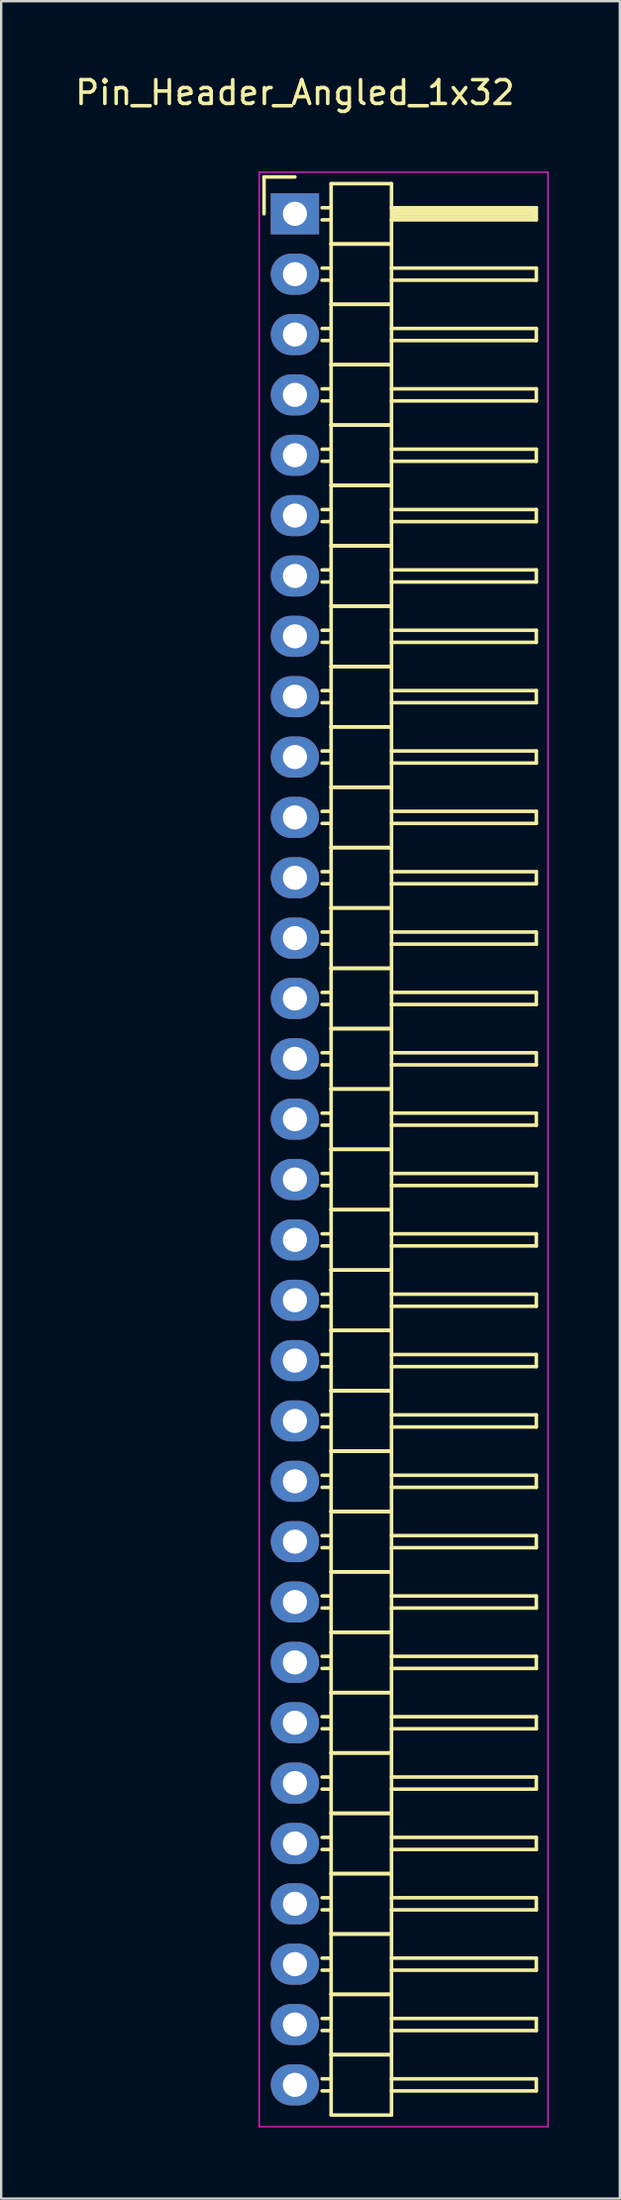
<source format=kicad_pcb>
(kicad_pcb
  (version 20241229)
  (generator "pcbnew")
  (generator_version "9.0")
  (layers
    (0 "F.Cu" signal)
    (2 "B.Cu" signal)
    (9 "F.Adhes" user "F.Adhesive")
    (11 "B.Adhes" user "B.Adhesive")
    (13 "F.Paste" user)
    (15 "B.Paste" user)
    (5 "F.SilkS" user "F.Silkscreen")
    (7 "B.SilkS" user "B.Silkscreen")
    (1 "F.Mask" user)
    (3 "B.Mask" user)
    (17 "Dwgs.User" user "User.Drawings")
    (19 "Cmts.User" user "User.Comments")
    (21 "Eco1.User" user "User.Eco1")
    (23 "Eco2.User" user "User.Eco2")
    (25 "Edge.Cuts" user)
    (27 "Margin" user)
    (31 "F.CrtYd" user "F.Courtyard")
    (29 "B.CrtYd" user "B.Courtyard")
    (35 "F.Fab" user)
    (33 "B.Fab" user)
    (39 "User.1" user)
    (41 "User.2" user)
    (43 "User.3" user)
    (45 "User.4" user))
  (footprint "Pin_Header_Angled_1x32"
    (layer "F.Cu")
    (at 9.363 5.948)
    (property "Reference" "Pin_Header_Angled_1x32" (at 0 -5.1 0) (layer "F.SilkS") (effects (font (size 1 1) (thickness 0.15))))
    (attr through_hole)
    (fp_line (start -1.3 -1.55) (end -1.3 0) (stroke (width 0.15) (type solid)) (layer "F.SilkS"))
    (fp_line (start 0 -1.55) (end -1.3 -1.55) (stroke (width 0.15) (type solid)) (layer "F.SilkS"))
    (fp_line (start 1.524 -1.27) (end 1.524 1.27) (stroke (width 0.15) (type solid)) (layer "F.SilkS"))
    (fp_line (start 1.524 -1.27) (end 4.064 -1.27) (stroke (width 0.15) (type solid)) (layer "F.SilkS"))
    (fp_line (start 1.524 -0.254) (end 1.143 -0.254) (stroke (width 0.15) (type solid)) (layer "F.SilkS"))
    (fp_line (start 1.524 0.254) (end 1.143 0.254) (stroke (width 0.15) (type solid)) (layer "F.SilkS"))
    (fp_line (start 1.524 1.27) (end 1.524 3.81) (stroke (width 0.15) (type solid)) (layer "F.SilkS"))
    (fp_line (start 1.524 1.27) (end 4.064 1.27) (stroke (width 0.15) (type solid)) (layer "F.SilkS"))
    (fp_line (start 1.524 1.27) (end 4.064 1.27) (stroke (width 0.15) (type solid)) (layer "F.SilkS"))
    (fp_line (start 1.524 2.286) (end 1.143 2.286) (stroke (width 0.15) (type solid)) (layer "F.SilkS"))
    (fp_line (start 1.524 2.794) (end 1.143 2.794) (stroke (width 0.15) (type solid)) (layer "F.SilkS"))
    (fp_line (start 1.524 3.81) (end 1.524 6.35) (stroke (width 0.15) (type solid)) (layer "F.SilkS"))
    (fp_line (start 1.524 3.81) (end 4.064 3.81) (stroke (width 0.15) (type solid)) (layer "F.SilkS"))
    (fp_line (start 1.524 3.81) (end 4.064 3.81) (stroke (width 0.15) (type solid)) (layer "F.SilkS"))
    (fp_line (start 1.524 4.826) (end 1.143 4.826) (stroke (width 0.15) (type solid)) (layer "F.SilkS"))
    (fp_line (start 1.524 5.334) (end 1.143 5.334) (stroke (width 0.15) (type solid)) (layer "F.SilkS"))
    (fp_line (start 1.524 6.35) (end 1.524 8.89) (stroke (width 0.15) (type solid)) (layer "F.SilkS"))
    (fp_line (start 1.524 6.35) (end 4.064 6.35) (stroke (width 0.15) (type solid)) (layer "F.SilkS"))
    (fp_line (start 1.524 6.35) (end 4.064 6.35) (stroke (width 0.15) (type solid)) (layer "F.SilkS"))
    (fp_line (start 1.524 7.366) (end 1.143 7.366) (stroke (width 0.15) (type solid)) (layer "F.SilkS"))
    (fp_line (start 1.524 7.874) (end 1.143 7.874) (stroke (width 0.15) (type solid)) (layer "F.SilkS"))
    (fp_line (start 1.524 8.89) (end 1.524 11.43) (stroke (width 0.15) (type solid)) (layer "F.SilkS"))
    (fp_line (start 1.524 8.89) (end 4.064 8.89) (stroke (width 0.15) (type solid)) (layer "F.SilkS"))
    (fp_line (start 1.524 8.89) (end 4.064 8.89) (stroke (width 0.15) (type solid)) (layer "F.SilkS"))
    (fp_line (start 1.524 9.906) (end 1.143 9.906) (stroke (width 0.15) (type solid)) (layer "F.SilkS"))
    (fp_line (start 1.524 10.414) (end 1.143 10.414) (stroke (width 0.15) (type solid)) (layer "F.SilkS"))
    (fp_line (start 1.524 11.43) (end 1.524 13.97) (stroke (width 0.15) (type solid)) (layer "F.SilkS"))
    (fp_line (start 1.524 11.43) (end 4.064 11.43) (stroke (width 0.15) (type solid)) (layer "F.SilkS"))
    (fp_line (start 1.524 11.43) (end 4.064 11.43) (stroke (width 0.15) (type solid)) (layer "F.SilkS"))
    (fp_line (start 1.524 12.446) (end 1.143 12.446) (stroke (width 0.15) (type solid)) (layer "F.SilkS"))
    (fp_line (start 1.524 12.954) (end 1.143 12.954) (stroke (width 0.15) (type solid)) (layer "F.SilkS"))
    (fp_line (start 1.524 13.97) (end 1.524 16.51) (stroke (width 0.15) (type solid)) (layer "F.SilkS"))
    (fp_line (start 1.524 13.97) (end 4.064 13.97) (stroke (width 0.15) (type solid)) (layer "F.SilkS"))
    (fp_line (start 1.524 13.97) (end 4.064 13.97) (stroke (width 0.15) (type solid)) (layer "F.SilkS"))
    (fp_line (start 1.524 14.986) (end 1.143 14.986) (stroke (width 0.15) (type solid)) (layer "F.SilkS"))
    (fp_line (start 1.524 15.494) (end 1.143 15.494) (stroke (width 0.15) (type solid)) (layer "F.SilkS"))
    (fp_line (start 1.524 16.51) (end 1.524 19.05) (stroke (width 0.15) (type solid)) (layer "F.SilkS"))
    (fp_line (start 1.524 16.51) (end 4.064 16.51) (stroke (width 0.15) (type solid)) (layer "F.SilkS"))
    (fp_line (start 1.524 16.51) (end 4.064 16.51) (stroke (width 0.15) (type solid)) (layer "F.SilkS"))
    (fp_line (start 1.524 17.526) (end 1.143 17.526) (stroke (width 0.15) (type solid)) (layer "F.SilkS"))
    (fp_line (start 1.524 18.034) (end 1.143 18.034) (stroke (width 0.15) (type solid)) (layer "F.SilkS"))
    (fp_line (start 1.524 19.05) (end 1.524 21.59) (stroke (width 0.15) (type solid)) (layer "F.SilkS"))
    (fp_line (start 1.524 19.05) (end 4.064 19.05) (stroke (width 0.15) (type solid)) (layer "F.SilkS"))
    (fp_line (start 1.524 19.05) (end 4.064 19.05) (stroke (width 0.15) (type solid)) (layer "F.SilkS"))
    (fp_line (start 1.524 20.066) (end 1.143 20.066) (stroke (width 0.15) (type solid)) (layer "F.SilkS"))
    (fp_line (start 1.524 20.574) (end 1.143 20.574) (stroke (width 0.15) (type solid)) (layer "F.SilkS"))
    (fp_line (start 1.524 21.59) (end 1.524 24.13) (stroke (width 0.15) (type solid)) (layer "F.SilkS"))
    (fp_line (start 1.524 21.59) (end 4.064 21.59) (stroke (width 0.15) (type solid)) (layer "F.SilkS"))
    (fp_line (start 1.524 21.59) (end 4.064 21.59) (stroke (width 0.15) (type solid)) (layer "F.SilkS"))
    (fp_line (start 1.524 22.606) (end 1.143 22.606) (stroke (width 0.15) (type solid)) (layer "F.SilkS"))
    (fp_line (start 1.524 23.114) (end 1.143 23.114) (stroke (width 0.15) (type solid)) (layer "F.SilkS"))
    (fp_line (start 1.524 24.13) (end 1.524 26.67) (stroke (width 0.15) (type solid)) (layer "F.SilkS"))
    (fp_line (start 1.524 24.13) (end 4.064 24.13) (stroke (width 0.15) (type solid)) (layer "F.SilkS"))
    (fp_line (start 1.524 24.13) (end 4.064 24.13) (stroke (width 0.15) (type solid)) (layer "F.SilkS"))
    (fp_line (start 1.524 25.146) (end 1.143 25.146) (stroke (width 0.15) (type solid)) (layer "F.SilkS"))
    (fp_line (start 1.524 25.654) (end 1.143 25.654) (stroke (width 0.15) (type solid)) (layer "F.SilkS"))
    (fp_line (start 1.524 26.67) (end 1.524 29.21) (stroke (width 0.15) (type solid)) (layer "F.SilkS"))
    (fp_line (start 1.524 26.67) (end 4.064 26.67) (stroke (width 0.15) (type solid)) (layer "F.SilkS"))
    (fp_line (start 1.524 26.67) (end 4.064 26.67) (stroke (width 0.15) (type solid)) (layer "F.SilkS"))
    (fp_line (start 1.524 27.686) (end 1.143 27.686) (stroke (width 0.15) (type solid)) (layer "F.SilkS"))
    (fp_line (start 1.524 28.194) (end 1.143 28.194) (stroke (width 0.15) (type solid)) (layer "F.SilkS"))
    (fp_line (start 1.524 29.21) (end 1.524 31.75) (stroke (width 0.15) (type solid)) (layer "F.SilkS"))
    (fp_line (start 1.524 29.21) (end 4.064 29.21) (stroke (width 0.15) (type solid)) (layer "F.SilkS"))
    (fp_line (start 1.524 29.21) (end 4.064 29.21) (stroke (width 0.15) (type solid)) (layer "F.SilkS"))
    (fp_line (start 1.524 30.226) (end 1.143 30.226) (stroke (width 0.15) (type solid)) (layer "F.SilkS"))
    (fp_line (start 1.524 30.734) (end 1.143 30.734) (stroke (width 0.15) (type solid)) (layer "F.SilkS"))
    (fp_line (start 1.524 31.75) (end 1.524 34.29) (stroke (width 0.15) (type solid)) (layer "F.SilkS"))
    (fp_line (start 1.524 31.75) (end 4.064 31.75) (stroke (width 0.15) (type solid)) (layer "F.SilkS"))
    (fp_line (start 1.524 31.75) (end 4.064 31.75) (stroke (width 0.15) (type solid)) (layer "F.SilkS"))
    (fp_line (start 1.524 32.766) (end 1.143 32.766) (stroke (width 0.15) (type solid)) (layer "F.SilkS"))
    (fp_line (start 1.524 33.274) (end 1.143 33.274) (stroke (width 0.15) (type solid)) (layer "F.SilkS"))
    (fp_line (start 1.524 34.29) (end 1.524 36.83) (stroke (width 0.15) (type solid)) (layer "F.SilkS"))
    (fp_line (start 1.524 34.29) (end 4.064 34.29) (stroke (width 0.15) (type solid)) (layer "F.SilkS"))
    (fp_line (start 1.524 34.29) (end 4.064 34.29) (stroke (width 0.15) (type solid)) (layer "F.SilkS"))
    (fp_line (start 1.524 35.306) (end 1.143 35.306) (stroke (width 0.15) (type solid)) (layer "F.SilkS"))
    (fp_line (start 1.524 35.814) (end 1.143 35.814) (stroke (width 0.15) (type solid)) (layer "F.SilkS"))
    (fp_line (start 1.524 36.83) (end 1.524 39.37) (stroke (width 0.15) (type solid)) (layer "F.SilkS"))
    (fp_line (start 1.524 36.83) (end 4.064 36.83) (stroke (width 0.15) (type solid)) (layer "F.SilkS"))
    (fp_line (start 1.524 36.83) (end 4.064 36.83) (stroke (width 0.15) (type solid)) (layer "F.SilkS"))
    (fp_line (start 1.524 37.846) (end 1.143 37.846) (stroke (width 0.15) (type solid)) (layer "F.SilkS"))
    (fp_line (start 1.524 38.354) (end 1.143 38.354) (stroke (width 0.15) (type solid)) (layer "F.SilkS"))
    (fp_line (start 1.524 39.37) (end 1.524 41.91) (stroke (width 0.15) (type solid)) (layer "F.SilkS"))
    (fp_line (start 1.524 39.37) (end 4.064 39.37) (stroke (width 0.15) (type solid)) (layer "F.SilkS"))
    (fp_line (start 1.524 39.37) (end 4.064 39.37) (stroke (width 0.15) (type solid)) (layer "F.SilkS"))
    (fp_line (start 1.524 40.386) (end 1.143 40.386) (stroke (width 0.15) (type solid)) (layer "F.SilkS"))
    (fp_line (start 1.524 40.894) (end 1.143 40.894) (stroke (width 0.15) (type solid)) (layer "F.SilkS"))
    (fp_line (start 1.524 41.91) (end 1.524 44.45) (stroke (width 0.15) (type solid)) (layer "F.SilkS"))
    (fp_line (start 1.524 41.91) (end 4.064 41.91) (stroke (width 0.15) (type solid)) (layer "F.SilkS"))
    (fp_line (start 1.524 41.91) (end 4.064 41.91) (stroke (width 0.15) (type solid)) (layer "F.SilkS"))
    (fp_line (start 1.524 42.926) (end 1.143 42.926) (stroke (width 0.15) (type solid)) (layer "F.SilkS"))
    (fp_line (start 1.524 43.434) (end 1.143 43.434) (stroke (width 0.15) (type solid)) (layer "F.SilkS"))
    (fp_line (start 1.524 44.45) (end 1.524 46.99) (stroke (width 0.15) (type solid)) (layer "F.SilkS"))
    (fp_line (start 1.524 44.45) (end 4.064 44.45) (stroke (width 0.15) (type solid)) (layer "F.SilkS"))
    (fp_line (start 1.524 44.45) (end 4.064 44.45) (stroke (width 0.15) (type solid)) (layer "F.SilkS"))
    (fp_line (start 1.524 45.466) (end 1.143 45.466) (stroke (width 0.15) (type solid)) (layer "F.SilkS"))
    (fp_line (start 1.524 45.974) (end 1.143 45.974) (stroke (width 0.15) (type solid)) (layer "F.SilkS"))
    (fp_line (start 1.524 46.99) (end 1.524 49.53) (stroke (width 0.15) (type solid)) (layer "F.SilkS"))
    (fp_line (start 1.524 46.99) (end 4.064 46.99) (stroke (width 0.15) (type solid)) (layer "F.SilkS"))
    (fp_line (start 1.524 46.99) (end 4.064 46.99) (stroke (width 0.15) (type solid)) (layer "F.SilkS"))
    (fp_line (start 1.524 48.006) (end 1.143 48.006) (stroke (width 0.15) (type solid)) (layer "F.SilkS"))
    (fp_line (start 1.524 48.514) (end 1.143 48.514) (stroke (width 0.15) (type solid)) (layer "F.SilkS"))
    (fp_line (start 1.524 49.53) (end 1.524 52.07) (stroke (width 0.15) (type solid)) (layer "F.SilkS"))
    (fp_line (start 1.524 49.53) (end 4.064 49.53) (stroke (width 0.15) (type solid)) (layer "F.SilkS"))
    (fp_line (start 1.524 49.53) (end 4.064 49.53) (stroke (width 0.15) (type solid)) (layer "F.SilkS"))
    (fp_line (start 1.524 50.546) (end 1.143 50.546) (stroke (width 0.15) (type solid)) (layer "F.SilkS"))
    (fp_line (start 1.524 51.054) (end 1.143 51.054) (stroke (width 0.15) (type solid)) (layer "F.SilkS"))
    (fp_line (start 1.524 52.07) (end 1.524 54.61) (stroke (width 0.15) (type solid)) (layer "F.SilkS"))
    (fp_line (start 1.524 52.07) (end 4.064 52.07) (stroke (width 0.15) (type solid)) (layer "F.SilkS"))
    (fp_line (start 1.524 52.07) (end 4.064 52.07) (stroke (width 0.15) (type solid)) (layer "F.SilkS"))
    (fp_line (start 1.524 53.086) (end 1.143 53.086) (stroke (width 0.15) (type solid)) (layer "F.SilkS"))
    (fp_line (start 1.524 53.594) (end 1.143 53.594) (stroke (width 0.15) (type solid)) (layer "F.SilkS"))
    (fp_line (start 1.524 54.61) (end 1.524 57.15) (stroke (width 0.15) (type solid)) (layer "F.SilkS"))
    (fp_line (start 1.524 54.61) (end 4.064 54.61) (stroke (width 0.15) (type solid)) (layer "F.SilkS"))
    (fp_line (start 1.524 54.61) (end 4.064 54.61) (stroke (width 0.15) (type solid)) (layer "F.SilkS"))
    (fp_line (start 1.524 55.626) (end 1.143 55.626) (stroke (width 0.15) (type solid)) (layer "F.SilkS"))
    (fp_line (start 1.524 56.134) (end 1.143 56.134) (stroke (width 0.15) (type solid)) (layer "F.SilkS"))
    (fp_line (start 1.524 57.15) (end 1.524 59.69) (stroke (width 0.15) (type solid)) (layer "F.SilkS"))
    (fp_line (start 1.524 57.15) (end 4.064 57.15) (stroke (width 0.15) (type solid)) (layer "F.SilkS"))
    (fp_line (start 1.524 57.15) (end 4.064 57.15) (stroke (width 0.15) (type solid)) (layer "F.SilkS"))
    (fp_line (start 1.524 58.166) (end 1.143 58.166) (stroke (width 0.15) (type solid)) (layer "F.SilkS"))
    (fp_line (start 1.524 58.674) (end 1.143 58.674) (stroke (width 0.15) (type solid)) (layer "F.SilkS"))
    (fp_line (start 1.524 59.69) (end 1.524 62.23) (stroke (width 0.15) (type solid)) (layer "F.SilkS"))
    (fp_line (start 1.524 59.69) (end 4.064 59.69) (stroke (width 0.15) (type solid)) (layer "F.SilkS"))
    (fp_line (start 1.524 59.69) (end 4.064 59.69) (stroke (width 0.15) (type solid)) (layer "F.SilkS"))
    (fp_line (start 1.524 60.706) (end 1.143 60.706) (stroke (width 0.15) (type solid)) (layer "F.SilkS"))
    (fp_line (start 1.524 61.214) (end 1.143 61.214) (stroke (width 0.15) (type solid)) (layer "F.SilkS"))
    (fp_line (start 1.524 62.23) (end 1.524 64.77) (stroke (width 0.15) (type solid)) (layer "F.SilkS"))
    (fp_line (start 1.524 62.23) (end 4.064 62.23) (stroke (width 0.15) (type solid)) (layer "F.SilkS"))
    (fp_line (start 1.524 62.23) (end 4.064 62.23) (stroke (width 0.15) (type solid)) (layer "F.SilkS"))
    (fp_line (start 1.524 63.246) (end 1.143 63.246) (stroke (width 0.15) (type solid)) (layer "F.SilkS"))
    (fp_line (start 1.524 63.754) (end 1.143 63.754) (stroke (width 0.15) (type solid)) (layer "F.SilkS"))
    (fp_line (start 1.524 64.77) (end 1.524 67.31) (stroke (width 0.15) (type solid)) (layer "F.SilkS"))
    (fp_line (start 1.524 64.77) (end 4.064 64.77) (stroke (width 0.15) (type solid)) (layer "F.SilkS"))
    (fp_line (start 1.524 64.77) (end 4.064 64.77) (stroke (width 0.15) (type solid)) (layer "F.SilkS"))
    (fp_line (start 1.524 65.786) (end 1.143 65.786) (stroke (width 0.15) (type solid)) (layer "F.SilkS"))
    (fp_line (start 1.524 66.294) (end 1.143 66.294) (stroke (width 0.15) (type solid)) (layer "F.SilkS"))
    (fp_line (start 1.524 67.31) (end 1.524 69.85) (stroke (width 0.15) (type solid)) (layer "F.SilkS"))
    (fp_line (start 1.524 67.31) (end 4.064 67.31) (stroke (width 0.15) (type solid)) (layer "F.SilkS"))
    (fp_line (start 1.524 67.31) (end 4.064 67.31) (stroke (width 0.15) (type solid)) (layer "F.SilkS"))
    (fp_line (start 1.524 68.326) (end 1.143 68.326) (stroke (width 0.15) (type solid)) (layer "F.SilkS"))
    (fp_line (start 1.524 68.834) (end 1.143 68.834) (stroke (width 0.15) (type solid)) (layer "F.SilkS"))
    (fp_line (start 1.524 69.85) (end 1.524 72.39) (stroke (width 0.15) (type solid)) (layer "F.SilkS"))
    (fp_line (start 1.524 69.85) (end 4.064 69.85) (stroke (width 0.15) (type solid)) (layer "F.SilkS"))
    (fp_line (start 1.524 69.85) (end 4.064 69.85) (stroke (width 0.15) (type solid)) (layer "F.SilkS"))
    (fp_line (start 1.524 70.866) (end 1.143 70.866) (stroke (width 0.15) (type solid)) (layer "F.SilkS"))
    (fp_line (start 1.524 71.374) (end 1.143 71.374) (stroke (width 0.15) (type solid)) (layer "F.SilkS"))
    (fp_line (start 1.524 72.39) (end 1.524 74.93) (stroke (width 0.15) (type solid)) (layer "F.SilkS"))
    (fp_line (start 1.524 72.39) (end 4.064 72.39) (stroke (width 0.15) (type solid)) (layer "F.SilkS"))
    (fp_line (start 1.524 72.39) (end 4.064 72.39) (stroke (width 0.15) (type solid)) (layer "F.SilkS"))
    (fp_line (start 1.524 73.406) (end 1.143 73.406) (stroke (width 0.15) (type solid)) (layer "F.SilkS"))
    (fp_line (start 1.524 73.914) (end 1.143 73.914) (stroke (width 0.15) (type solid)) (layer "F.SilkS"))
    (fp_line (start 1.524 74.93) (end 1.524 77.47) (stroke (width 0.15) (type solid)) (layer "F.SilkS"))
    (fp_line (start 1.524 74.93) (end 4.064 74.93) (stroke (width 0.15) (type solid)) (layer "F.SilkS"))
    (fp_line (start 1.524 74.93) (end 4.064 74.93) (stroke (width 0.15) (type solid)) (layer "F.SilkS"))
    (fp_line (start 1.524 75.946) (end 1.143 75.946) (stroke (width 0.15) (type solid)) (layer "F.SilkS"))
    (fp_line (start 1.524 76.454) (end 1.143 76.454) (stroke (width 0.15) (type solid)) (layer "F.SilkS"))
    (fp_line (start 1.524 77.47) (end 1.524 80.01) (stroke (width 0.15) (type solid)) (layer "F.SilkS"))
    (fp_line (start 1.524 77.47) (end 4.064 77.47) (stroke (width 0.15) (type solid)) (layer "F.SilkS"))
    (fp_line (start 1.524 77.47) (end 4.064 77.47) (stroke (width 0.15) (type solid)) (layer "F.SilkS"))
    (fp_line (start 1.524 78.486) (end 1.143 78.486) (stroke (width 0.15) (type solid)) (layer "F.SilkS"))
    (fp_line (start 1.524 78.994) (end 1.143 78.994) (stroke (width 0.15) (type solid)) (layer "F.SilkS"))
    (fp_line (start 1.524 80.01) (end 4.064 80.01) (stroke (width 0.15) (type solid)) (layer "F.SilkS"))
    (fp_line (start 4.064 -0.254) (end 10.16 -0.254) (stroke (width 0.15) (type solid)) (layer "F.SilkS"))
    (fp_line (start 4.064 1.27) (end 4.064 -1.27) (stroke (width 0.15) (type solid)) (layer "F.SilkS"))
    (fp_line (start 4.064 2.286) (end 10.16 2.286) (stroke (width 0.15) (type solid)) (layer "F.SilkS"))
    (fp_line (start 4.064 3.81) (end 4.064 1.27) (stroke (width 0.15) (type solid)) (layer "F.SilkS"))
    (fp_line (start 4.064 4.826) (end 10.16 4.826) (stroke (width 0.15) (type solid)) (layer "F.SilkS"))
    (fp_line (start 4.064 6.35) (end 4.064 3.81) (stroke (width 0.15) (type solid)) (layer "F.SilkS"))
    (fp_line (start 4.064 7.366) (end 10.16 7.366) (stroke (width 0.15) (type solid)) (layer "F.SilkS"))
    (fp_line (start 4.064 8.89) (end 4.064 6.35) (stroke (width 0.15) (type solid)) (layer "F.SilkS"))
    (fp_line (start 4.064 9.906) (end 10.16 9.906) (stroke (width 0.15) (type solid)) (layer "F.SilkS"))
    (fp_line (start 4.064 11.43) (end 4.064 8.89) (stroke (width 0.15) (type solid)) (layer "F.SilkS"))
    (fp_line (start 4.064 12.446) (end 10.16 12.446) (stroke (width 0.15) (type solid)) (layer "F.SilkS"))
    (fp_line (start 4.064 13.97) (end 4.064 11.43) (stroke (width 0.15) (type solid)) (layer "F.SilkS"))
    (fp_line (start 4.064 14.986) (end 10.16 14.986) (stroke (width 0.15) (type solid)) (layer "F.SilkS"))
    (fp_line (start 4.064 16.51) (end 4.064 13.97) (stroke (width 0.15) (type solid)) (layer "F.SilkS"))
    (fp_line (start 4.064 17.526) (end 10.16 17.526) (stroke (width 0.15) (type solid)) (layer "F.SilkS"))
    (fp_line (start 4.064 19.05) (end 4.064 16.51) (stroke (width 0.15) (type solid)) (layer "F.SilkS"))
    (fp_line (start 4.064 20.066) (end 10.16 20.066) (stroke (width 0.15) (type solid)) (layer "F.SilkS"))
    (fp_line (start 4.064 21.59) (end 4.064 19.05) (stroke (width 0.15) (type solid)) (layer "F.SilkS"))
    (fp_line (start 4.064 22.606) (end 10.16 22.606) (stroke (width 0.15) (type solid)) (layer "F.SilkS"))
    (fp_line (start 4.064 24.13) (end 4.064 21.59) (stroke (width 0.15) (type solid)) (layer "F.SilkS"))
    (fp_line (start 4.064 25.146) (end 10.16 25.146) (stroke (width 0.15) (type solid)) (layer "F.SilkS"))
    (fp_line (start 4.064 26.67) (end 4.064 24.13) (stroke (width 0.15) (type solid)) (layer "F.SilkS"))
    (fp_line (start 4.064 27.686) (end 10.16 27.686) (stroke (width 0.15) (type solid)) (layer "F.SilkS"))
    (fp_line (start 4.064 29.21) (end 4.064 26.67) (stroke (width 0.15) (type solid)) (layer "F.SilkS"))
    (fp_line (start 4.064 30.226) (end 10.16 30.226) (stroke (width 0.15) (type solid)) (layer "F.SilkS"))
    (fp_line (start 4.064 31.75) (end 4.064 29.21) (stroke (width 0.15) (type solid)) (layer "F.SilkS"))
    (fp_line (start 4.064 32.766) (end 10.16 32.766) (stroke (width 0.15) (type solid)) (layer "F.SilkS"))
    (fp_line (start 4.064 34.29) (end 4.064 31.75) (stroke (width 0.15) (type solid)) (layer "F.SilkS"))
    (fp_line (start 4.064 35.306) (end 10.16 35.306) (stroke (width 0.15) (type solid)) (layer "F.SilkS"))
    (fp_line (start 4.064 36.83) (end 4.064 34.29) (stroke (width 0.15) (type solid)) (layer "F.SilkS"))
    (fp_line (start 4.064 37.846) (end 10.16 37.846) (stroke (width 0.15) (type solid)) (layer "F.SilkS"))
    (fp_line (start 4.064 39.37) (end 4.064 36.83) (stroke (width 0.15) (type solid)) (layer "F.SilkS"))
    (fp_line (start 4.064 40.386) (end 10.16 40.386) (stroke (width 0.15) (type solid)) (layer "F.SilkS"))
    (fp_line (start 4.064 41.91) (end 4.064 39.37) (stroke (width 0.15) (type solid)) (layer "F.SilkS"))
    (fp_line (start 4.064 42.926) (end 10.16 42.926) (stroke (width 0.15) (type solid)) (layer "F.SilkS"))
    (fp_line (start 4.064 44.45) (end 4.064 41.91) (stroke (width 0.15) (type solid)) (layer "F.SilkS"))
    (fp_line (start 4.064 45.466) (end 10.16 45.466) (stroke (width 0.15) (type solid)) (layer "F.SilkS"))
    (fp_line (start 4.064 46.99) (end 4.064 44.45) (stroke (width 0.15) (type solid)) (layer "F.SilkS"))
    (fp_line (start 4.064 48.006) (end 10.16 48.006) (stroke (width 0.15) (type solid)) (layer "F.SilkS"))
    (fp_line (start 4.064 49.53) (end 4.064 46.99) (stroke (width 0.15) (type solid)) (layer "F.SilkS"))
    (fp_line (start 4.064 50.546) (end 10.16 50.546) (stroke (width 0.15) (type solid)) (layer "F.SilkS"))
    (fp_line (start 4.064 52.07) (end 4.064 49.53) (stroke (width 0.15) (type solid)) (layer "F.SilkS"))
    (fp_line (start 4.064 53.086) (end 10.16 53.086) (stroke (width 0.15) (type solid)) (layer "F.SilkS"))
    (fp_line (start 4.064 54.61) (end 4.064 52.07) (stroke (width 0.15) (type solid)) (layer "F.SilkS"))
    (fp_line (start 4.064 55.626) (end 10.16 55.626) (stroke (width 0.15) (type solid)) (layer "F.SilkS"))
    (fp_line (start 4.064 57.15) (end 4.064 54.61) (stroke (width 0.15) (type solid)) (layer "F.SilkS"))
    (fp_line (start 4.064 58.166) (end 10.16 58.166) (stroke (width 0.15) (type solid)) (layer "F.SilkS"))
    (fp_line (start 4.064 59.69) (end 4.064 57.15) (stroke (width 0.15) (type solid)) (layer "F.SilkS"))
    (fp_line (start 4.064 60.706) (end 10.16 60.706) (stroke (width 0.15) (type solid)) (layer "F.SilkS"))
    (fp_line (start 4.064 62.23) (end 4.064 59.69) (stroke (width 0.15) (type solid)) (layer "F.SilkS"))
    (fp_line (start 4.064 63.246) (end 10.16 63.246) (stroke (width 0.15) (type solid)) (layer "F.SilkS"))
    (fp_line (start 4.064 64.77) (end 4.064 62.23) (stroke (width 0.15) (type solid)) (layer "F.SilkS"))
    (fp_line (start 4.064 65.786) (end 10.16 65.786) (stroke (width 0.15) (type solid)) (layer "F.SilkS"))
    (fp_line (start 4.064 67.31) (end 4.064 64.77) (stroke (width 0.15) (type solid)) (layer "F.SilkS"))
    (fp_line (start 4.064 68.326) (end 10.16 68.326) (stroke (width 0.15) (type solid)) (layer "F.SilkS"))
    (fp_line (start 4.064 69.85) (end 4.064 67.31) (stroke (width 0.15) (type solid)) (layer "F.SilkS"))
    (fp_line (start 4.064 70.866) (end 10.16 70.866) (stroke (width 0.15) (type solid)) (layer "F.SilkS"))
    (fp_line (start 4.064 72.39) (end 4.064 69.85) (stroke (width 0.15) (type solid)) (layer "F.SilkS"))
    (fp_line (start 4.064 73.406) (end 10.16 73.406) (stroke (width 0.15) (type solid)) (layer "F.SilkS"))
    (fp_line (start 4.064 74.93) (end 4.064 72.39) (stroke (width 0.15) (type solid)) (layer "F.SilkS"))
    (fp_line (start 4.064 75.946) (end 10.16 75.946) (stroke (width 0.15) (type solid)) (layer "F.SilkS"))
    (fp_line (start 4.064 77.47) (end 4.064 74.93) (stroke (width 0.15) (type solid)) (layer "F.SilkS"))
    (fp_line (start 4.064 78.486) (end 10.16 78.486) (stroke (width 0.15) (type solid)) (layer "F.SilkS"))
    (fp_line (start 4.064 80.01) (end 4.064 77.47) (stroke (width 0.15) (type solid)) (layer "F.SilkS"))
    (fp_line (start 4.191 -0.127) (end 10.033 -0.127) (stroke (width 0.15) (type solid)) (layer "F.SilkS"))
    (fp_line (start 4.191 0) (end 10.033 0) (stroke (width 0.15) (type solid)) (layer "F.SilkS"))
    (fp_line (start 4.191 0.127) (end 4.191 0) (stroke (width 0.15) (type solid)) (layer "F.SilkS"))
    (fp_line (start 10.033 -0.127) (end 10.033 0.127) (stroke (width 0.15) (type solid)) (layer "F.SilkS"))
    (fp_line (start 10.033 0.127) (end 4.191 0.127) (stroke (width 0.15) (type solid)) (layer "F.SilkS"))
    (fp_line (start 10.16 -0.254) (end 10.16 0.254) (stroke (width 0.15) (type solid)) (layer "F.SilkS"))
    (fp_line (start 10.16 0.254) (end 4.064 0.254) (stroke (width 0.15) (type solid)) (layer "F.SilkS"))
    (fp_line (start 10.16 2.286) (end 10.16 2.794) (stroke (width 0.15) (type solid)) (layer "F.SilkS"))
    (fp_line (start 10.16 2.794) (end 4.064 2.794) (stroke (width 0.15) (type solid)) (layer "F.SilkS"))
    (fp_line (start 10.16 4.826) (end 10.16 5.334) (stroke (width 0.15) (type solid)) (layer "F.SilkS"))
    (fp_line (start 10.16 5.334) (end 4.064 5.334) (stroke (width 0.15) (type solid)) (layer "F.SilkS"))
    (fp_line (start 10.16 7.366) (end 10.16 7.874) (stroke (width 0.15) (type solid)) (layer "F.SilkS"))
    (fp_line (start 10.16 7.874) (end 4.064 7.874) (stroke (width 0.15) (type solid)) (layer "F.SilkS"))
    (fp_line (start 10.16 9.906) (end 10.16 10.414) (stroke (width 0.15) (type solid)) (layer "F.SilkS"))
    (fp_line (start 10.16 10.414) (end 4.064 10.414) (stroke (width 0.15) (type solid)) (layer "F.SilkS"))
    (fp_line (start 10.16 12.446) (end 10.16 12.954) (stroke (width 0.15) (type solid)) (layer "F.SilkS"))
    (fp_line (start 10.16 12.954) (end 4.064 12.954) (stroke (width 0.15) (type solid)) (layer "F.SilkS"))
    (fp_line (start 10.16 14.986) (end 10.16 15.494) (stroke (width 0.15) (type solid)) (layer "F.SilkS"))
    (fp_line (start 10.16 15.494) (end 4.064 15.494) (stroke (width 0.15) (type solid)) (layer "F.SilkS"))
    (fp_line (start 10.16 17.526) (end 10.16 18.034) (stroke (width 0.15) (type solid)) (layer "F.SilkS"))
    (fp_line (start 10.16 18.034) (end 4.064 18.034) (stroke (width 0.15) (type solid)) (layer "F.SilkS"))
    (fp_line (start 10.16 20.066) (end 10.16 20.574) (stroke (width 0.15) (type solid)) (layer "F.SilkS"))
    (fp_line (start 10.16 20.574) (end 4.064 20.574) (stroke (width 0.15) (type solid)) (layer "F.SilkS"))
    (fp_line (start 10.16 22.606) (end 10.16 23.114) (stroke (width 0.15) (type solid)) (layer "F.SilkS"))
    (fp_line (start 10.16 23.114) (end 4.064 23.114) (stroke (width 0.15) (type solid)) (layer "F.SilkS"))
    (fp_line (start 10.16 25.146) (end 10.16 25.654) (stroke (width 0.15) (type solid)) (layer "F.SilkS"))
    (fp_line (start 10.16 25.654) (end 4.064 25.654) (stroke (width 0.15) (type solid)) (layer "F.SilkS"))
    (fp_line (start 10.16 27.686) (end 10.16 28.194) (stroke (width 0.15) (type solid)) (layer "F.SilkS"))
    (fp_line (start 10.16 28.194) (end 4.064 28.194) (stroke (width 0.15) (type solid)) (layer "F.SilkS"))
    (fp_line (start 10.16 30.226) (end 10.16 30.734) (stroke (width 0.15) (type solid)) (layer "F.SilkS"))
    (fp_line (start 10.16 30.734) (end 4.064 30.734) (stroke (width 0.15) (type solid)) (layer "F.SilkS"))
    (fp_line (start 10.16 32.766) (end 10.16 33.274) (stroke (width 0.15) (type solid)) (layer "F.SilkS"))
    (fp_line (start 10.16 33.274) (end 4.064 33.274) (stroke (width 0.15) (type solid)) (layer "F.SilkS"))
    (fp_line (start 10.16 35.306) (end 10.16 35.814) (stroke (width 0.15) (type solid)) (layer "F.SilkS"))
    (fp_line (start 10.16 35.814) (end 4.064 35.814) (stroke (width 0.15) (type solid)) (layer "F.SilkS"))
    (fp_line (start 10.16 37.846) (end 10.16 38.354) (stroke (width 0.15) (type solid)) (layer "F.SilkS"))
    (fp_line (start 10.16 38.354) (end 4.064 38.354) (stroke (width 0.15) (type solid)) (layer "F.SilkS"))
    (fp_line (start 10.16 40.386) (end 10.16 40.894) (stroke (width 0.15) (type solid)) (layer "F.SilkS"))
    (fp_line (start 10.16 40.894) (end 4.064 40.894) (stroke (width 0.15) (type solid)) (layer "F.SilkS"))
    (fp_line (start 10.16 42.926) (end 10.16 43.434) (stroke (width 0.15) (type solid)) (layer "F.SilkS"))
    (fp_line (start 10.16 43.434) (end 4.064 43.434) (stroke (width 0.15) (type solid)) (layer "F.SilkS"))
    (fp_line (start 10.16 45.466) (end 10.16 45.974) (stroke (width 0.15) (type solid)) (layer "F.SilkS"))
    (fp_line (start 10.16 45.974) (end 4.064 45.974) (stroke (width 0.15) (type solid)) (layer "F.SilkS"))
    (fp_line (start 10.16 48.006) (end 10.16 48.514) (stroke (width 0.15) (type solid)) (layer "F.SilkS"))
    (fp_line (start 10.16 48.514) (end 4.064 48.514) (stroke (width 0.15) (type solid)) (layer "F.SilkS"))
    (fp_line (start 10.16 50.546) (end 10.16 51.054) (stroke (width 0.15) (type solid)) (layer "F.SilkS"))
    (fp_line (start 10.16 51.054) (end 4.064 51.054) (stroke (width 0.15) (type solid)) (layer "F.SilkS"))
    (fp_line (start 10.16 53.086) (end 10.16 53.594) (stroke (width 0.15) (type solid)) (layer "F.SilkS"))
    (fp_line (start 10.16 53.594) (end 4.064 53.594) (stroke (width 0.15) (type solid)) (layer "F.SilkS"))
    (fp_line (start 10.16 55.626) (end 10.16 56.134) (stroke (width 0.15) (type solid)) (layer "F.SilkS"))
    (fp_line (start 10.16 56.134) (end 4.064 56.134) (stroke (width 0.15) (type solid)) (layer "F.SilkS"))
    (fp_line (start 10.16 58.166) (end 10.16 58.674) (stroke (width 0.15) (type solid)) (layer "F.SilkS"))
    (fp_line (start 10.16 58.674) (end 4.064 58.674) (stroke (width 0.15) (type solid)) (layer "F.SilkS"))
    (fp_line (start 10.16 60.706) (end 10.16 61.214) (stroke (width 0.15) (type solid)) (layer "F.SilkS"))
    (fp_line (start 10.16 61.214) (end 4.064 61.214) (stroke (width 0.15) (type solid)) (layer "F.SilkS"))
    (fp_line (start 10.16 63.246) (end 10.16 63.754) (stroke (width 0.15) (type solid)) (layer "F.SilkS"))
    (fp_line (start 10.16 63.754) (end 4.064 63.754) (stroke (width 0.15) (type solid)) (layer "F.SilkS"))
    (fp_line (start 10.16 65.786) (end 10.16 66.294) (stroke (width 0.15) (type solid)) (layer "F.SilkS"))
    (fp_line (start 10.16 66.294) (end 4.064 66.294) (stroke (width 0.15) (type solid)) (layer "F.SilkS"))
    (fp_line (start 10.16 68.326) (end 10.16 68.834) (stroke (width 0.15) (type solid)) (layer "F.SilkS"))
    (fp_line (start 10.16 68.834) (end 4.064 68.834) (stroke (width 0.15) (type solid)) (layer "F.SilkS"))
    (fp_line (start 10.16 70.866) (end 10.16 71.374) (stroke (width 0.15) (type solid)) (layer "F.SilkS"))
    (fp_line (start 10.16 71.374) (end 4.064 71.374) (stroke (width 0.15) (type solid)) (layer "F.SilkS"))
    (fp_line (start 10.16 73.406) (end 10.16 73.914) (stroke (width 0.15) (type solid)) (layer "F.SilkS"))
    (fp_line (start 10.16 73.914) (end 4.064 73.914) (stroke (width 0.15) (type solid)) (layer "F.SilkS"))
    (fp_line (start 10.16 75.946) (end 10.16 76.454) (stroke (width 0.15) (type solid)) (layer "F.SilkS"))
    (fp_line (start 10.16 76.454) (end 4.064 76.454) (stroke (width 0.15) (type solid)) (layer "F.SilkS"))
    (fp_line (start 10.16 78.486) (end 10.16 78.994) (stroke (width 0.15) (type solid)) (layer "F.SilkS"))
    (fp_line (start 10.16 78.994) (end 4.064 78.994) (stroke (width 0.15) (type solid)) (layer "F.SilkS"))
    (fp_line (start -1.5 -1.75) (end -1.5 80.5) (stroke (width 0.05) (type solid)) (layer "F.CrtYd"))
    (fp_line (start -1.5 -1.75) (end 10.65 -1.75) (stroke (width 0.05) (type solid)) (layer "F.CrtYd"))
    (fp_line (start -1.5 80.5) (end 10.65 80.5) (stroke (width 0.05) (type solid)) (layer "F.CrtYd"))
    (fp_line (start 10.65 -1.75) (end 10.65 80.5) (stroke (width 0.05) (type solid)) (layer "F.CrtYd"))
    (pad "1" thru_hole rect (at 0 0) (size 2.032 1.727) (drill 1.016) (layers "*.Cu" "*.Mask"))
    (pad "2" thru_hole oval (at 0 2.54) (size 2.032 1.727) (drill 1.016) (layers "*.Cu" "*.Mask"))
    (pad "3" thru_hole oval (at 0 5.08) (size 2.032 1.727) (drill 1.016) (layers "*.Cu" "*.Mask"))
    (pad "4" thru_hole oval (at 0 7.62) (size 2.032 1.727) (drill 1.016) (layers "*.Cu" "*.Mask"))
    (pad "5" thru_hole oval (at 0 10.16) (size 2.032 1.727) (drill 1.016) (layers "*.Cu" "*.Mask"))
    (pad "6" thru_hole oval (at 0 12.7) (size 2.032 1.727) (drill 1.016) (layers "*.Cu" "*.Mask"))
    (pad "7" thru_hole oval (at 0 15.24) (size 2.032 1.727) (drill 1.016) (layers "*.Cu" "*.Mask"))
    (pad "8" thru_hole oval (at 0 17.78) (size 2.032 1.727) (drill 1.016) (layers "*.Cu" "*.Mask"))
    (pad "9" thru_hole oval (at 0 20.32) (size 2.032 1.727) (drill 1.016) (layers "*.Cu" "*.Mask"))
    (pad "10" thru_hole oval (at 0 22.86) (size 2.032 1.727) (drill 1.016) (layers "*.Cu" "*.Mask"))
    (pad "11" thru_hole oval (at 0 25.4) (size 2.032 1.727) (drill 1.016) (layers "*.Cu" "*.Mask"))
    (pad "12" thru_hole oval (at 0 27.94) (size 2.032 1.727) (drill 1.016) (layers "*.Cu" "*.Mask"))
    (pad "13" thru_hole oval (at 0 30.48) (size 2.032 1.727) (drill 1.016) (layers "*.Cu" "*.Mask"))
    (pad "14" thru_hole oval (at 0 33.02) (size 2.032 1.727) (drill 1.016) (layers "*.Cu" "*.Mask"))
    (pad "15" thru_hole oval (at 0 35.56) (size 2.032 1.727) (drill 1.016) (layers "*.Cu" "*.Mask"))
    (pad "16" thru_hole oval (at 0 38.1) (size 2.032 1.727) (drill 1.016) (layers "*.Cu" "*.Mask"))
    (pad "17" thru_hole oval (at 0 40.64) (size 2.032 1.727) (drill 1.016) (layers "*.Cu" "*.Mask"))
    (pad "18" thru_hole oval (at 0 43.18) (size 2.032 1.727) (drill 1.016) (layers "*.Cu" "*.Mask"))
    (pad "19" thru_hole oval (at 0 45.72) (size 2.032 1.727) (drill 1.016) (layers "*.Cu" "*.Mask"))
    (pad "20" thru_hole oval (at 0 48.26) (size 2.032 1.727) (drill 1.016) (layers "*.Cu" "*.Mask"))
    (pad "21" thru_hole oval (at 0 50.8) (size 2.032 1.727) (drill 1.016) (layers "*.Cu" "*.Mask"))
    (pad "22" thru_hole oval (at 0 53.34) (size 2.032 1.727) (drill 1.016) (layers "*.Cu" "*.Mask"))
    (pad "23" thru_hole oval (at 0 55.88) (size 2.032 1.727) (drill 1.016) (layers "*.Cu" "*.Mask"))
    (pad "24" thru_hole oval (at 0 58.42) (size 2.032 1.727) (drill 1.016) (layers "*.Cu" "*.Mask"))
    (pad "25" thru_hole oval (at 0 60.96) (size 2.032 1.727) (drill 1.016) (layers "*.Cu" "*.Mask"))
    (pad "26" thru_hole oval (at 0 63.5) (size 2.032 1.727) (drill 1.016) (layers "*.Cu" "*.Mask"))
    (pad "27" thru_hole oval (at 0 66.04) (size 2.032 1.727) (drill 1.016) (layers "*.Cu" "*.Mask"))
    (pad "28" thru_hole oval (at 0 68.58) (size 2.032 1.727) (drill 1.016) (layers "*.Cu" "*.Mask"))
    (pad "29" thru_hole oval (at 0 71.12) (size 2.032 1.727) (drill 1.016) (layers "*.Cu" "*.Mask"))
    (pad "30" thru_hole oval (at 0 73.66) (size 2.032 1.727) (drill 1.016) (layers "*.Cu" "*.Mask"))
    (pad "31" thru_hole oval (at 0 76.2) (size 2.032 1.727) (drill 1.016) (layers "*.Cu" "*.Mask"))
    (pad "32" thru_hole oval (at 0 78.74) (size 2.032 1.727) (drill 1.016) (layers "*.Cu" "*.Mask")))
  (gr_rect
    (start -3 -3)
    (end 23.038 89.473)
    (stroke (width 0.1) (type default))
    (fill no)
    (layer "Edge.Cuts")))
</source>
